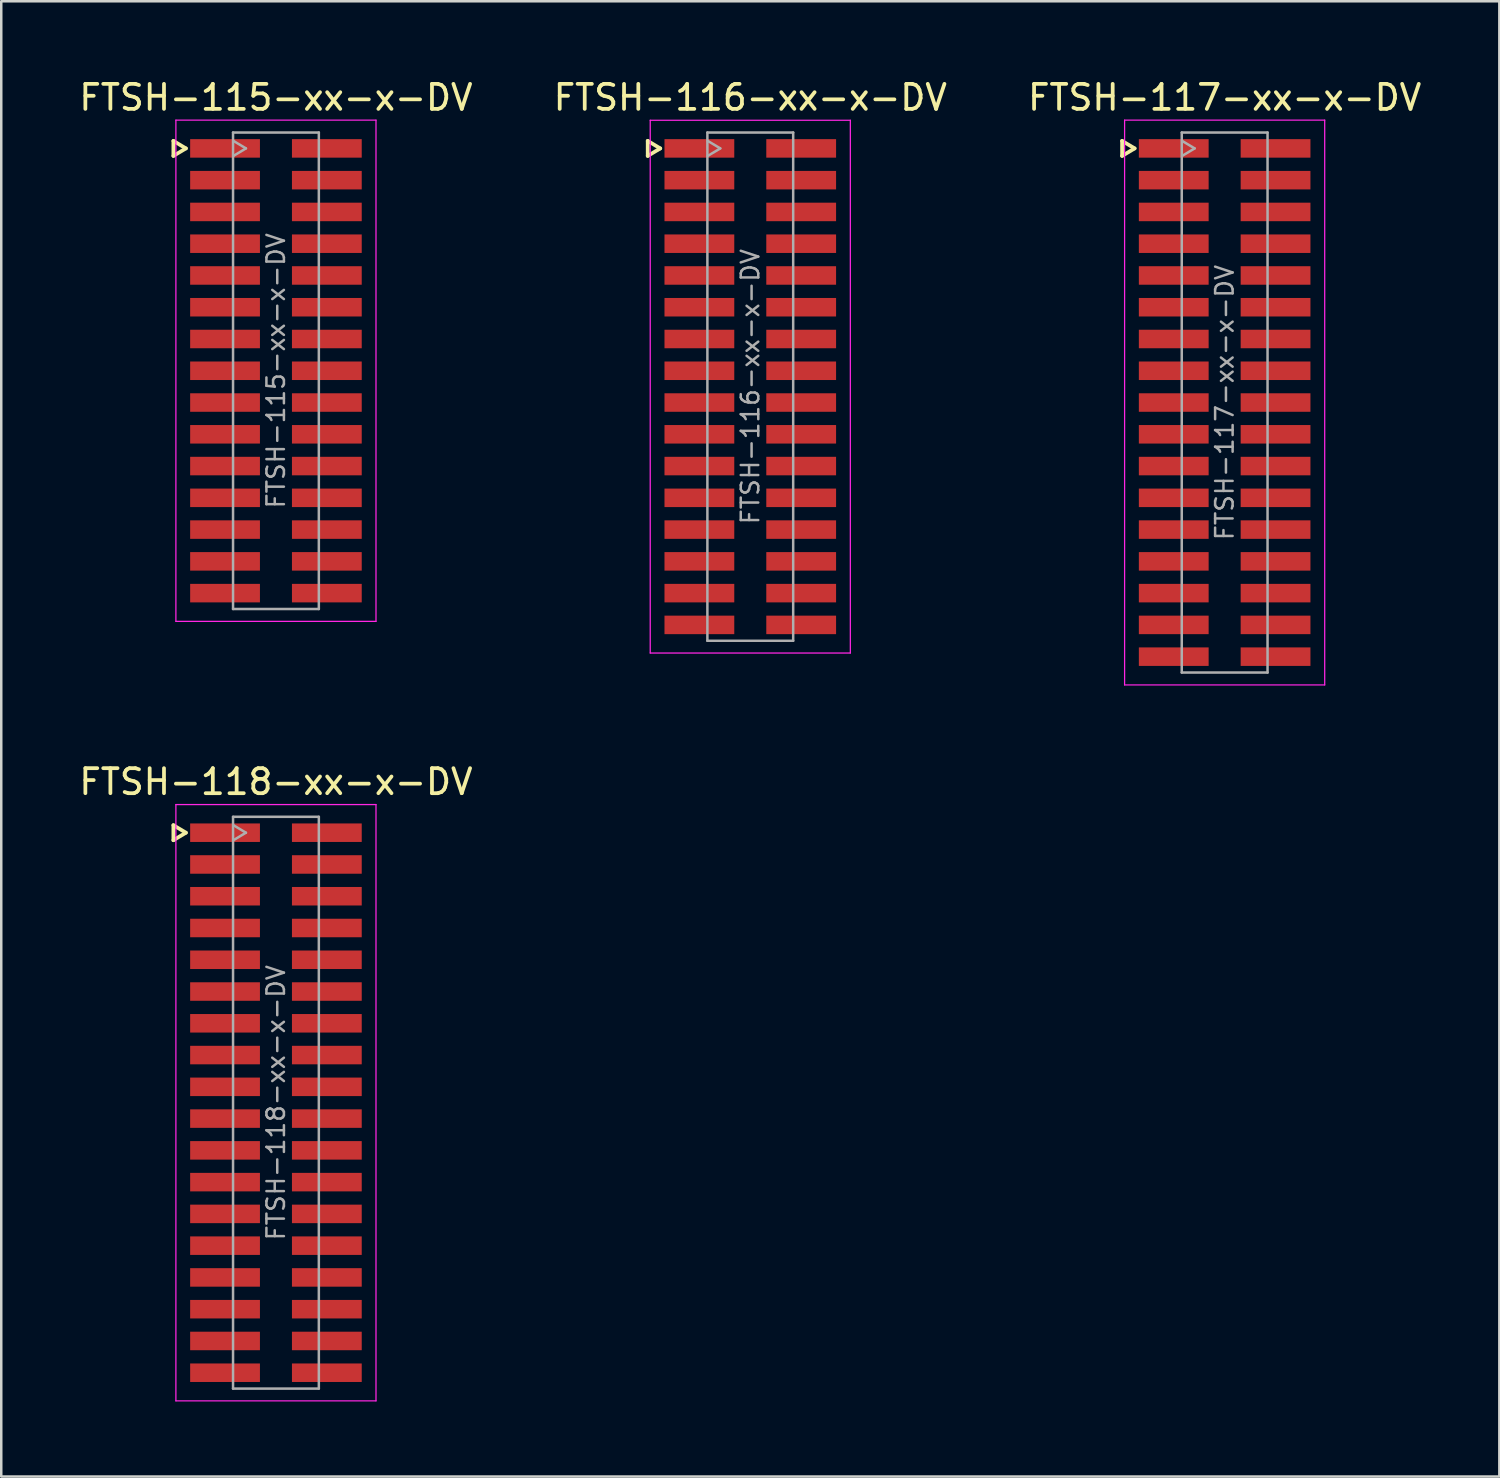
<source format=kicad_pcb>
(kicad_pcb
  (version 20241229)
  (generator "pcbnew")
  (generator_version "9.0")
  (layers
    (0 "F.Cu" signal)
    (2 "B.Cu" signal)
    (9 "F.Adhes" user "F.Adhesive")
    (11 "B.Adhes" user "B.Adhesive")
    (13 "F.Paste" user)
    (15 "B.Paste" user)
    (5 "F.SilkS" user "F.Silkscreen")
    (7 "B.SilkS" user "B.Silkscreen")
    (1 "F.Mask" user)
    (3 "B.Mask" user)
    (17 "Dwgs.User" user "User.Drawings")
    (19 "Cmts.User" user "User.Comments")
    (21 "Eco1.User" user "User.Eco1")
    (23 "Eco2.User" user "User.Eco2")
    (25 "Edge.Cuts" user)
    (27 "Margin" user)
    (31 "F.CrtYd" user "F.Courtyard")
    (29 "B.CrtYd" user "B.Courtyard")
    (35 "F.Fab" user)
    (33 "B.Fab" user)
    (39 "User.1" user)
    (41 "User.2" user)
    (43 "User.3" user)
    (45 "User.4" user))
  (footprint "FTSH-116-xx-x-DV"
    (layer "F.Cu")
    (at 26.946 12.408)
    (property "Reference" "FTSH-116-xx-x-DV" (at 0 -11.56 0) (layer "F.SilkS") (effects (font (size 1 1) (thickness 0.15))))
    (attr smd)
    (fp_line (start -4.1 -9.825) (end -4.1 -9.225) (stroke (width 0.15) (type solid)) (layer "F.SilkS"))
    (fp_line (start -4.1 -9.225) (end -3.6 -9.525) (stroke (width 0.15) (type solid)) (layer "F.SilkS"))
    (fp_line (start -3.6 -9.525) (end -4.1 -9.825) (stroke (width 0.15) (type solid)) (layer "F.SilkS"))
    (fp_line (start -4 -10.65) (end 4 -10.65) (stroke (width 0.05) (type solid)) (layer "F.CrtYd"))
    (fp_line (start -4 10.65) (end -4 -10.65) (stroke (width 0.05) (type solid)) (layer "F.CrtYd"))
    (fp_line (start 4 -10.65) (end 4 10.65) (stroke (width 0.05) (type solid)) (layer "F.CrtYd"))
    (fp_line (start 4 10.65) (end -4 10.65) (stroke (width 0.05) (type solid)) (layer "F.CrtYd"))
    (fp_line (start -1.715 -10.16) (end -1.715 10.16) (stroke (width 0.1) (type solid)) (layer "F.Fab"))
    (fp_line (start -1.715 -10.16) (end 1.715 -10.16) (stroke (width 0.1) (type solid)) (layer "F.Fab"))
    (fp_line (start -1.715 10.16) (end 1.715 10.16) (stroke (width 0.1) (type solid)) (layer "F.Fab"))
    (fp_line (start -1.7 -9.225) (end -1.2 -9.525) (stroke (width 0.1) (type solid)) (layer "F.Fab"))
    (fp_line (start -1.2 -9.525) (end -1.7 -9.825) (stroke (width 0.1) (type solid)) (layer "F.Fab"))
    (fp_line (start 1.715 -10.16) (end 1.715 10.16) (stroke (width 0.1) (type solid)) (layer "F.Fab"))
    (fp_text user "${REFERENCE}" (at 0 0 270) (layer "F.Fab") (effects (font (size 0.7 0.7) (thickness 0.1))))
    (pad "1" smd rect (at -2.035 -9.525) (size 2.79 0.74) (layers "F.Cu" "F.Mask" "F.Paste"))
    (pad "2" smd rect (at 2.035 -9.525) (size 2.79 0.74) (layers "F.Cu" "F.Mask" "F.Paste"))
    (pad "3" smd rect (at -2.035 -8.255) (size 2.79 0.74) (layers "F.Cu" "F.Mask" "F.Paste"))
    (pad "4" smd rect (at 2.035 -8.255) (size 2.79 0.74) (layers "F.Cu" "F.Mask" "F.Paste"))
    (pad "5" smd rect (at -2.035 -6.985) (size 2.79 0.74) (layers "F.Cu" "F.Mask" "F.Paste"))
    (pad "6" smd rect (at 2.035 -6.985) (size 2.79 0.74) (layers "F.Cu" "F.Mask" "F.Paste"))
    (pad "7" smd rect (at -2.035 -5.715) (size 2.79 0.74) (layers "F.Cu" "F.Mask" "F.Paste"))
    (pad "8" smd rect (at 2.035 -5.715) (size 2.79 0.74) (layers "F.Cu" "F.Mask" "F.Paste"))
    (pad "9" smd rect (at -2.035 -4.445) (size 2.79 0.74) (layers "F.Cu" "F.Mask" "F.Paste"))
    (pad "10" smd rect (at 2.035 -4.445) (size 2.79 0.74) (layers "F.Cu" "F.Mask" "F.Paste"))
    (pad "11" smd rect (at -2.035 -3.175) (size 2.79 0.74) (layers "F.Cu" "F.Mask" "F.Paste"))
    (pad "12" smd rect (at 2.035 -3.175) (size 2.79 0.74) (layers "F.Cu" "F.Mask" "F.Paste"))
    (pad "13" smd rect (at -2.035 -1.905) (size 2.79 0.74) (layers "F.Cu" "F.Mask" "F.Paste"))
    (pad "14" smd rect (at 2.035 -1.905) (size 2.79 0.74) (layers "F.Cu" "F.Mask" "F.Paste"))
    (pad "15" smd rect (at -2.035 -0.635) (size 2.79 0.74) (layers "F.Cu" "F.Mask" "F.Paste"))
    (pad "16" smd rect (at 2.035 -0.635) (size 2.79 0.74) (layers "F.Cu" "F.Mask" "F.Paste"))
    (pad "17" smd rect (at -2.035 0.635) (size 2.79 0.74) (layers "F.Cu" "F.Mask" "F.Paste"))
    (pad "18" smd rect (at 2.035 0.635) (size 2.79 0.74) (layers "F.Cu" "F.Mask" "F.Paste"))
    (pad "19" smd rect (at -2.035 1.905) (size 2.79 0.74) (layers "F.Cu" "F.Mask" "F.Paste"))
    (pad "20" smd rect (at 2.035 1.905) (size 2.79 0.74) (layers "F.Cu" "F.Mask" "F.Paste"))
    (pad "21" smd rect (at -2.035 3.175) (size 2.79 0.74) (layers "F.Cu" "F.Mask" "F.Paste"))
    (pad "22" smd rect (at 2.035 3.175) (size 2.79 0.74) (layers "F.Cu" "F.Mask" "F.Paste"))
    (pad "23" smd rect (at -2.035 4.445) (size 2.79 0.74) (layers "F.Cu" "F.Mask" "F.Paste"))
    (pad "24" smd rect (at 2.035 4.445) (size 2.79 0.74) (layers "F.Cu" "F.Mask" "F.Paste"))
    (pad "25" smd rect (at -2.035 5.715) (size 2.79 0.74) (layers "F.Cu" "F.Mask" "F.Paste"))
    (pad "26" smd rect (at 2.035 5.715) (size 2.79 0.74) (layers "F.Cu" "F.Mask" "F.Paste"))
    (pad "27" smd rect (at -2.035 6.985) (size 2.79 0.74) (layers "F.Cu" "F.Mask" "F.Paste"))
    (pad "28" smd rect (at 2.035 6.985) (size 2.79 0.74) (layers "F.Cu" "F.Mask" "F.Paste"))
    (pad "29" smd rect (at -2.035 8.255) (size 2.79 0.74) (layers "F.Cu" "F.Mask" "F.Paste"))
    (pad "30" smd rect (at 2.035 8.255) (size 2.79 0.74) (layers "F.Cu" "F.Mask" "F.Paste"))
    (pad "31" smd rect (at -2.035 9.525) (size 2.79 0.74) (layers "F.Cu" "F.Mask" "F.Paste"))
    (pad "32" smd rect (at 2.035 9.525) (size 2.79 0.74) (layers "F.Cu" "F.Mask" "F.Paste")))
  (footprint "FTSH-117-xx-x-DV"
    (layer "F.Cu")
    (at 45.911 13.043)
    (property "Reference" "FTSH-117-xx-x-DV" (at 0 -12.195 0) (layer "F.SilkS") (effects (font (size 1 1) (thickness 0.15))))
    (attr smd)
    (fp_line (start -4.1 -10.46) (end -4.1 -9.86) (stroke (width 0.15) (type solid)) (layer "F.SilkS"))
    (fp_line (start -4.1 -9.86) (end -3.6 -10.16) (stroke (width 0.15) (type solid)) (layer "F.SilkS"))
    (fp_line (start -3.6 -10.16) (end -4.1 -10.46) (stroke (width 0.15) (type solid)) (layer "F.SilkS"))
    (fp_line (start -4 -11.29) (end 4 -11.29) (stroke (width 0.05) (type solid)) (layer "F.CrtYd"))
    (fp_line (start -4 11.29) (end -4 -11.29) (stroke (width 0.05) (type solid)) (layer "F.CrtYd"))
    (fp_line (start 4 -11.29) (end 4 11.29) (stroke (width 0.05) (type solid)) (layer "F.CrtYd"))
    (fp_line (start 4 11.29) (end -4 11.29) (stroke (width 0.05) (type solid)) (layer "F.CrtYd"))
    (fp_line (start -1.715 -10.795) (end -1.715 10.795) (stroke (width 0.1) (type solid)) (layer "F.Fab"))
    (fp_line (start -1.715 -10.795) (end 1.715 -10.795) (stroke (width 0.1) (type solid)) (layer "F.Fab"))
    (fp_line (start -1.715 10.795) (end 1.715 10.795) (stroke (width 0.1) (type solid)) (layer "F.Fab"))
    (fp_line (start -1.7 -9.86) (end -1.2 -10.16) (stroke (width 0.1) (type solid)) (layer "F.Fab"))
    (fp_line (start -1.2 -10.16) (end -1.7 -10.46) (stroke (width 0.1) (type solid)) (layer "F.Fab"))
    (fp_line (start 1.715 -10.795) (end 1.715 10.795) (stroke (width 0.1) (type solid)) (layer "F.Fab"))
    (fp_text user "${REFERENCE}" (at 0 0 270) (layer "F.Fab") (effects (font (size 0.7 0.7) (thickness 0.1))))
    (pad "1" smd rect (at -2.035 -10.16) (size 2.79 0.74) (layers "F.Cu" "F.Mask" "F.Paste"))
    (pad "2" smd rect (at 2.035 -10.16) (size 2.79 0.74) (layers "F.Cu" "F.Mask" "F.Paste"))
    (pad "3" smd rect (at -2.035 -8.89) (size 2.79 0.74) (layers "F.Cu" "F.Mask" "F.Paste"))
    (pad "4" smd rect (at 2.035 -8.89) (size 2.79 0.74) (layers "F.Cu" "F.Mask" "F.Paste"))
    (pad "5" smd rect (at -2.035 -7.62) (size 2.79 0.74) (layers "F.Cu" "F.Mask" "F.Paste"))
    (pad "6" smd rect (at 2.035 -7.62) (size 2.79 0.74) (layers "F.Cu" "F.Mask" "F.Paste"))
    (pad "7" smd rect (at -2.035 -6.35) (size 2.79 0.74) (layers "F.Cu" "F.Mask" "F.Paste"))
    (pad "8" smd rect (at 2.035 -6.35) (size 2.79 0.74) (layers "F.Cu" "F.Mask" "F.Paste"))
    (pad "9" smd rect (at -2.035 -5.08) (size 2.79 0.74) (layers "F.Cu" "F.Mask" "F.Paste"))
    (pad "10" smd rect (at 2.035 -5.08) (size 2.79 0.74) (layers "F.Cu" "F.Mask" "F.Paste"))
    (pad "11" smd rect (at -2.035 -3.81) (size 2.79 0.74) (layers "F.Cu" "F.Mask" "F.Paste"))
    (pad "12" smd rect (at 2.035 -3.81) (size 2.79 0.74) (layers "F.Cu" "F.Mask" "F.Paste"))
    (pad "13" smd rect (at -2.035 -2.54) (size 2.79 0.74) (layers "F.Cu" "F.Mask" "F.Paste"))
    (pad "14" smd rect (at 2.035 -2.54) (size 2.79 0.74) (layers "F.Cu" "F.Mask" "F.Paste"))
    (pad "15" smd rect (at -2.035 -1.27) (size 2.79 0.74) (layers "F.Cu" "F.Mask" "F.Paste"))
    (pad "16" smd rect (at 2.035 -1.27) (size 2.79 0.74) (layers "F.Cu" "F.Mask" "F.Paste"))
    (pad "17" smd rect (at -2.035 0) (size 2.79 0.74) (layers "F.Cu" "F.Mask" "F.Paste"))
    (pad "18" smd rect (at 2.035 0) (size 2.79 0.74) (layers "F.Cu" "F.Mask" "F.Paste"))
    (pad "19" smd rect (at -2.035 1.27) (size 2.79 0.74) (layers "F.Cu" "F.Mask" "F.Paste"))
    (pad "20" smd rect (at 2.035 1.27) (size 2.79 0.74) (layers "F.Cu" "F.Mask" "F.Paste"))
    (pad "21" smd rect (at -2.035 2.54) (size 2.79 0.74) (layers "F.Cu" "F.Mask" "F.Paste"))
    (pad "22" smd rect (at 2.035 2.54) (size 2.79 0.74) (layers "F.Cu" "F.Mask" "F.Paste"))
    (pad "23" smd rect (at -2.035 3.81) (size 2.79 0.74) (layers "F.Cu" "F.Mask" "F.Paste"))
    (pad "24" smd rect (at 2.035 3.81) (size 2.79 0.74) (layers "F.Cu" "F.Mask" "F.Paste"))
    (pad "25" smd rect (at -2.035 5.08) (size 2.79 0.74) (layers "F.Cu" "F.Mask" "F.Paste"))
    (pad "26" smd rect (at 2.035 5.08) (size 2.79 0.74) (layers "F.Cu" "F.Mask" "F.Paste"))
    (pad "27" smd rect (at -2.035 6.35) (size 2.79 0.74) (layers "F.Cu" "F.Mask" "F.Paste"))
    (pad "28" smd rect (at 2.035 6.35) (size 2.79 0.74) (layers "F.Cu" "F.Mask" "F.Paste"))
    (pad "29" smd rect (at -2.035 7.62) (size 2.79 0.74) (layers "F.Cu" "F.Mask" "F.Paste"))
    (pad "30" smd rect (at 2.035 7.62) (size 2.79 0.74) (layers "F.Cu" "F.Mask" "F.Paste"))
    (pad "31" smd rect (at -2.035 8.89) (size 2.79 0.74) (layers "F.Cu" "F.Mask" "F.Paste"))
    (pad "32" smd rect (at 2.035 8.89) (size 2.79 0.74) (layers "F.Cu" "F.Mask" "F.Paste"))
    (pad "33" smd rect (at -2.035 10.16) (size 2.79 0.74) (layers "F.Cu" "F.Mask" "F.Paste"))
    (pad "34" smd rect (at 2.035 10.16) (size 2.79 0.74) (layers "F.Cu" "F.Mask" "F.Paste")))
  (footprint "FTSH-118-xx-x-DV"
    (layer "F.Cu")
    (at 7.982 41.036)
    (property "Reference" "FTSH-118-xx-x-DV" (at 0 -12.83 0) (layer "F.SilkS") (effects (font (size 1 1) (thickness 0.15))))
    (attr smd)
    (fp_line (start -4.1 -11.095) (end -4.1 -10.495) (stroke (width 0.15) (type solid)) (layer "F.SilkS"))
    (fp_line (start -4.1 -10.495) (end -3.6 -10.795) (stroke (width 0.15) (type solid)) (layer "F.SilkS"))
    (fp_line (start -3.6 -10.795) (end -4.1 -11.095) (stroke (width 0.15) (type solid)) (layer "F.SilkS"))
    (fp_line (start -4 -11.92) (end 4 -11.92) (stroke (width 0.05) (type solid)) (layer "F.CrtYd"))
    (fp_line (start -4 11.92) (end -4 -11.92) (stroke (width 0.05) (type solid)) (layer "F.CrtYd"))
    (fp_line (start 4 -11.92) (end 4 11.92) (stroke (width 0.05) (type solid)) (layer "F.CrtYd"))
    (fp_line (start 4 11.92) (end -4 11.92) (stroke (width 0.05) (type solid)) (layer "F.CrtYd"))
    (fp_line (start -1.715 -11.43) (end -1.715 11.43) (stroke (width 0.1) (type solid)) (layer "F.Fab"))
    (fp_line (start -1.715 -11.43) (end 1.715 -11.43) (stroke (width 0.1) (type solid)) (layer "F.Fab"))
    (fp_line (start -1.715 11.43) (end 1.715 11.43) (stroke (width 0.1) (type solid)) (layer "F.Fab"))
    (fp_line (start -1.7 -10.495) (end -1.2 -10.795) (stroke (width 0.1) (type solid)) (layer "F.Fab"))
    (fp_line (start -1.2 -10.795) (end -1.7 -11.095) (stroke (width 0.1) (type solid)) (layer "F.Fab"))
    (fp_line (start 1.715 -11.43) (end 1.715 11.43) (stroke (width 0.1) (type solid)) (layer "F.Fab"))
    (fp_text user "${REFERENCE}" (at 0 0 270) (layer "F.Fab") (effects (font (size 0.7 0.7) (thickness 0.1))))
    (pad "1" smd rect (at -2.035 -10.795) (size 2.79 0.74) (layers "F.Cu" "F.Mask" "F.Paste"))
    (pad "2" smd rect (at 2.035 -10.795) (size 2.79 0.74) (layers "F.Cu" "F.Mask" "F.Paste"))
    (pad "3" smd rect (at -2.035 -9.525) (size 2.79 0.74) (layers "F.Cu" "F.Mask" "F.Paste"))
    (pad "4" smd rect (at 2.035 -9.525) (size 2.79 0.74) (layers "F.Cu" "F.Mask" "F.Paste"))
    (pad "5" smd rect (at -2.035 -8.255) (size 2.79 0.74) (layers "F.Cu" "F.Mask" "F.Paste"))
    (pad "6" smd rect (at 2.035 -8.255) (size 2.79 0.74) (layers "F.Cu" "F.Mask" "F.Paste"))
    (pad "7" smd rect (at -2.035 -6.985) (size 2.79 0.74) (layers "F.Cu" "F.Mask" "F.Paste"))
    (pad "8" smd rect (at 2.035 -6.985) (size 2.79 0.74) (layers "F.Cu" "F.Mask" "F.Paste"))
    (pad "9" smd rect (at -2.035 -5.715) (size 2.79 0.74) (layers "F.Cu" "F.Mask" "F.Paste"))
    (pad "10" smd rect (at 2.035 -5.715) (size 2.79 0.74) (layers "F.Cu" "F.Mask" "F.Paste"))
    (pad "11" smd rect (at -2.035 -4.445) (size 2.79 0.74) (layers "F.Cu" "F.Mask" "F.Paste"))
    (pad "12" smd rect (at 2.035 -4.445) (size 2.79 0.74) (layers "F.Cu" "F.Mask" "F.Paste"))
    (pad "13" smd rect (at -2.035 -3.175) (size 2.79 0.74) (layers "F.Cu" "F.Mask" "F.Paste"))
    (pad "14" smd rect (at 2.035 -3.175) (size 2.79 0.74) (layers "F.Cu" "F.Mask" "F.Paste"))
    (pad "15" smd rect (at -2.035 -1.905) (size 2.79 0.74) (layers "F.Cu" "F.Mask" "F.Paste"))
    (pad "16" smd rect (at 2.035 -1.905) (size 2.79 0.74) (layers "F.Cu" "F.Mask" "F.Paste"))
    (pad "17" smd rect (at -2.035 -0.635) (size 2.79 0.74) (layers "F.Cu" "F.Mask" "F.Paste"))
    (pad "18" smd rect (at 2.035 -0.635) (size 2.79 0.74) (layers "F.Cu" "F.Mask" "F.Paste"))
    (pad "19" smd rect (at -2.035 0.635) (size 2.79 0.74) (layers "F.Cu" "F.Mask" "F.Paste"))
    (pad "20" smd rect (at 2.035 0.635) (size 2.79 0.74) (layers "F.Cu" "F.Mask" "F.Paste"))
    (pad "21" smd rect (at -2.035 1.905) (size 2.79 0.74) (layers "F.Cu" "F.Mask" "F.Paste"))
    (pad "22" smd rect (at 2.035 1.905) (size 2.79 0.74) (layers "F.Cu" "F.Mask" "F.Paste"))
    (pad "23" smd rect (at -2.035 3.175) (size 2.79 0.74) (layers "F.Cu" "F.Mask" "F.Paste"))
    (pad "24" smd rect (at 2.035 3.175) (size 2.79 0.74) (layers "F.Cu" "F.Mask" "F.Paste"))
    (pad "25" smd rect (at -2.035 4.445) (size 2.79 0.74) (layers "F.Cu" "F.Mask" "F.Paste"))
    (pad "26" smd rect (at 2.035 4.445) (size 2.79 0.74) (layers "F.Cu" "F.Mask" "F.Paste"))
    (pad "27" smd rect (at -2.035 5.715) (size 2.79 0.74) (layers "F.Cu" "F.Mask" "F.Paste"))
    (pad "28" smd rect (at 2.035 5.715) (size 2.79 0.74) (layers "F.Cu" "F.Mask" "F.Paste"))
    (pad "29" smd rect (at -2.035 6.985) (size 2.79 0.74) (layers "F.Cu" "F.Mask" "F.Paste"))
    (pad "30" smd rect (at 2.035 6.985) (size 2.79 0.74) (layers "F.Cu" "F.Mask" "F.Paste"))
    (pad "31" smd rect (at -2.035 8.255) (size 2.79 0.74) (layers "F.Cu" "F.Mask" "F.Paste"))
    (pad "32" smd rect (at 2.035 8.255) (size 2.79 0.74) (layers "F.Cu" "F.Mask" "F.Paste"))
    (pad "33" smd rect (at -2.035 9.525) (size 2.79 0.74) (layers "F.Cu" "F.Mask" "F.Paste"))
    (pad "34" smd rect (at 2.035 9.525) (size 2.79 0.74) (layers "F.Cu" "F.Mask" "F.Paste"))
    (pad "35" smd rect (at -2.035 10.795) (size 2.79 0.74) (layers "F.Cu" "F.Mask" "F.Paste"))
    (pad "36" smd rect (at 2.035 10.795) (size 2.79 0.74) (layers "F.Cu" "F.Mask" "F.Paste")))
  (footprint "FTSH-115-xx-x-DV"
    (layer "F.Cu")
    (at 7.982 11.773)
    (property "Reference" "FTSH-115-xx-x-DV" (at 0 -10.925 0) (layer "F.SilkS") (effects (font (size 1 1) (thickness 0.15))))
    (attr smd)
    (fp_line (start -4.1 -9.19) (end -4.1 -8.59) (stroke (width 0.15) (type solid)) (layer "F.SilkS"))
    (fp_line (start -4.1 -8.59) (end -3.6 -8.89) (stroke (width 0.15) (type solid)) (layer "F.SilkS"))
    (fp_line (start -3.6 -8.89) (end -4.1 -9.19) (stroke (width 0.15) (type solid)) (layer "F.SilkS"))
    (fp_line (start -4 -10.02) (end 4 -10.02) (stroke (width 0.05) (type solid)) (layer "F.CrtYd"))
    (fp_line (start -4 10.02) (end -4 -10.02) (stroke (width 0.05) (type solid)) (layer "F.CrtYd"))
    (fp_line (start 4 -10.02) (end 4 10.02) (stroke (width 0.05) (type solid)) (layer "F.CrtYd"))
    (fp_line (start 4 10.02) (end -4 10.02) (stroke (width 0.05) (type solid)) (layer "F.CrtYd"))
    (fp_line (start -1.715 -9.525) (end -1.715 9.525) (stroke (width 0.1) (type solid)) (layer "F.Fab"))
    (fp_line (start -1.715 -9.525) (end 1.715 -9.525) (stroke (width 0.1) (type solid)) (layer "F.Fab"))
    (fp_line (start -1.715 9.525) (end 1.715 9.525) (stroke (width 0.1) (type solid)) (layer "F.Fab"))
    (fp_line (start -1.7 -8.59) (end -1.2 -8.89) (stroke (width 0.1) (type solid)) (layer "F.Fab"))
    (fp_line (start -1.2 -8.89) (end -1.7 -9.19) (stroke (width 0.1) (type solid)) (layer "F.Fab"))
    (fp_line (start 1.715 -9.525) (end 1.715 9.525) (stroke (width 0.1) (type solid)) (layer "F.Fab"))
    (fp_text user "${REFERENCE}" (at 0 0 270) (layer "F.Fab") (effects (font (size 0.7 0.7) (thickness 0.1))))
    (pad "1" smd rect (at -2.035 -8.89) (size 2.79 0.74) (layers "F.Cu" "F.Mask" "F.Paste"))
    (pad "2" smd rect (at 2.035 -8.89) (size 2.79 0.74) (layers "F.Cu" "F.Mask" "F.Paste"))
    (pad "3" smd rect (at -2.035 -7.62) (size 2.79 0.74) (layers "F.Cu" "F.Mask" "F.Paste"))
    (pad "4" smd rect (at 2.035 -7.62) (size 2.79 0.74) (layers "F.Cu" "F.Mask" "F.Paste"))
    (pad "5" smd rect (at -2.035 -6.35) (size 2.79 0.74) (layers "F.Cu" "F.Mask" "F.Paste"))
    (pad "6" smd rect (at 2.035 -6.35) (size 2.79 0.74) (layers "F.Cu" "F.Mask" "F.Paste"))
    (pad "7" smd rect (at -2.035 -5.08) (size 2.79 0.74) (layers "F.Cu" "F.Mask" "F.Paste"))
    (pad "8" smd rect (at 2.035 -5.08) (size 2.79 0.74) (layers "F.Cu" "F.Mask" "F.Paste"))
    (pad "9" smd rect (at -2.035 -3.81) (size 2.79 0.74) (layers "F.Cu" "F.Mask" "F.Paste"))
    (pad "10" smd rect (at 2.035 -3.81) (size 2.79 0.74) (layers "F.Cu" "F.Mask" "F.Paste"))
    (pad "11" smd rect (at -2.035 -2.54) (size 2.79 0.74) (layers "F.Cu" "F.Mask" "F.Paste"))
    (pad "12" smd rect (at 2.035 -2.54) (size 2.79 0.74) (layers "F.Cu" "F.Mask" "F.Paste"))
    (pad "13" smd rect (at -2.035 -1.27) (size 2.79 0.74) (layers "F.Cu" "F.Mask" "F.Paste"))
    (pad "14" smd rect (at 2.035 -1.27) (size 2.79 0.74) (layers "F.Cu" "F.Mask" "F.Paste"))
    (pad "15" smd rect (at -2.035 0) (size 2.79 0.74) (layers "F.Cu" "F.Mask" "F.Paste"))
    (pad "16" smd rect (at 2.035 0) (size 2.79 0.74) (layers "F.Cu" "F.Mask" "F.Paste"))
    (pad "17" smd rect (at -2.035 1.27) (size 2.79 0.74) (layers "F.Cu" "F.Mask" "F.Paste"))
    (pad "18" smd rect (at 2.035 1.27) (size 2.79 0.74) (layers "F.Cu" "F.Mask" "F.Paste"))
    (pad "19" smd rect (at -2.035 2.54) (size 2.79 0.74) (layers "F.Cu" "F.Mask" "F.Paste"))
    (pad "20" smd rect (at 2.035 2.54) (size 2.79 0.74) (layers "F.Cu" "F.Mask" "F.Paste"))
    (pad "21" smd rect (at -2.035 3.81) (size 2.79 0.74) (layers "F.Cu" "F.Mask" "F.Paste"))
    (pad "22" smd rect (at 2.035 3.81) (size 2.79 0.74) (layers "F.Cu" "F.Mask" "F.Paste"))
    (pad "23" smd rect (at -2.035 5.08) (size 2.79 0.74) (layers "F.Cu" "F.Mask" "F.Paste"))
    (pad "24" smd rect (at 2.035 5.08) (size 2.79 0.74) (layers "F.Cu" "F.Mask" "F.Paste"))
    (pad "25" smd rect (at -2.035 6.35) (size 2.79 0.74) (layers "F.Cu" "F.Mask" "F.Paste"))
    (pad "26" smd rect (at 2.035 6.35) (size 2.79 0.74) (layers "F.Cu" "F.Mask" "F.Paste"))
    (pad "27" smd rect (at -2.035 7.62) (size 2.79 0.74) (layers "F.Cu" "F.Mask" "F.Paste"))
    (pad "28" smd rect (at 2.035 7.62) (size 2.79 0.74) (layers "F.Cu" "F.Mask" "F.Paste"))
    (pad "29" smd rect (at -2.035 8.89) (size 2.79 0.74) (layers "F.Cu" "F.Mask" "F.Paste"))
    (pad "30" smd rect (at 2.035 8.89) (size 2.79 0.74) (layers "F.Cu" "F.Mask" "F.Paste")))
  (gr_rect
    (start -3 -3)
    (end 56.893 55.981)
    (stroke (width 0.1) (type default))
    (fill no)
    (layer "Edge.Cuts")))
</source>
